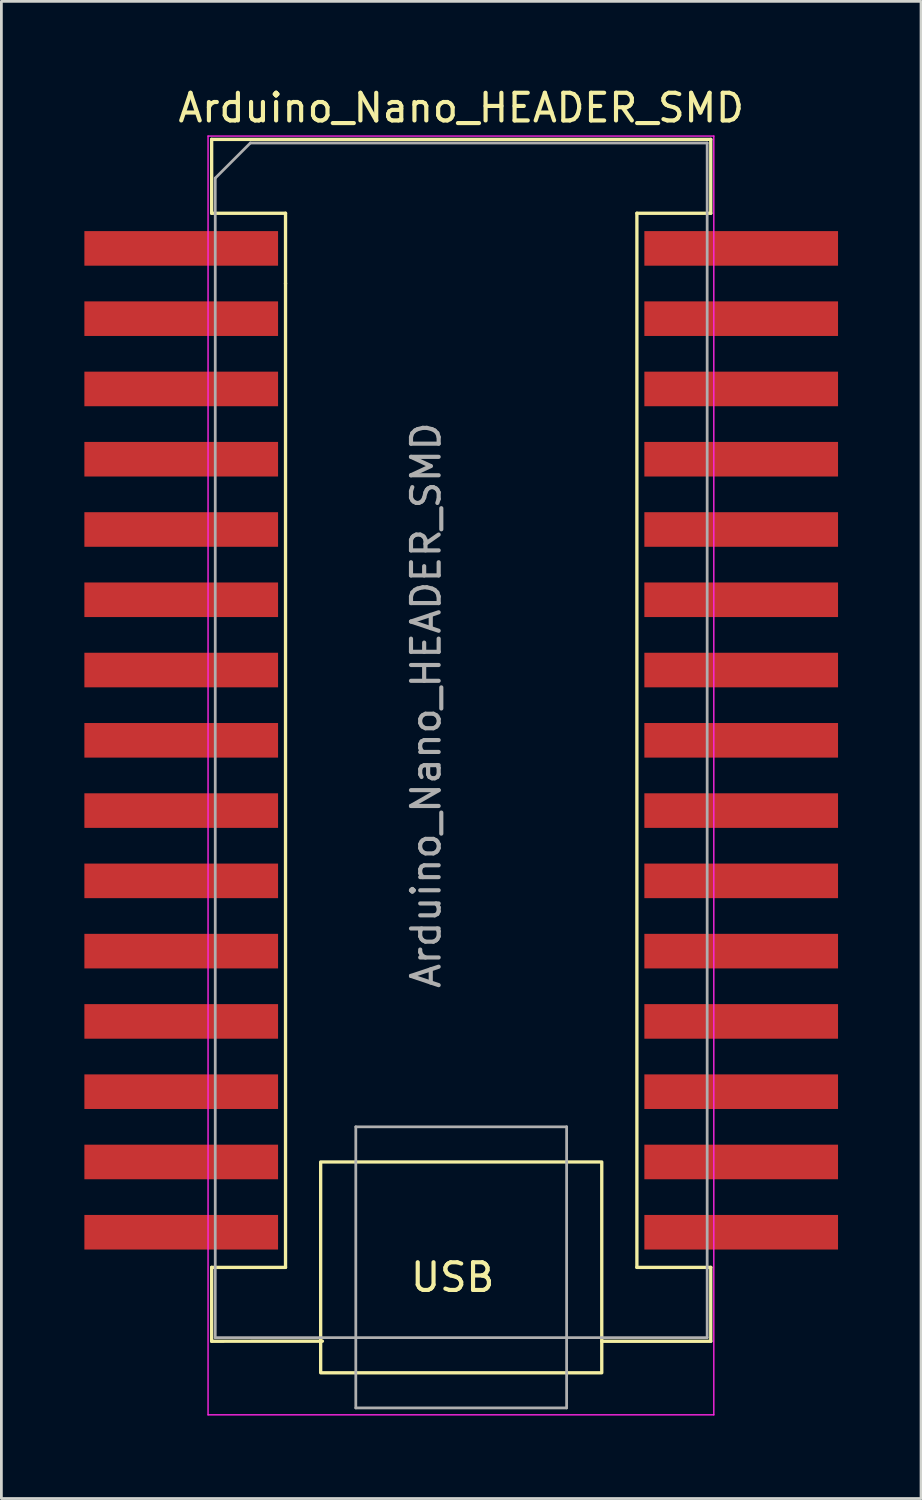
<source format=kicad_pcb>
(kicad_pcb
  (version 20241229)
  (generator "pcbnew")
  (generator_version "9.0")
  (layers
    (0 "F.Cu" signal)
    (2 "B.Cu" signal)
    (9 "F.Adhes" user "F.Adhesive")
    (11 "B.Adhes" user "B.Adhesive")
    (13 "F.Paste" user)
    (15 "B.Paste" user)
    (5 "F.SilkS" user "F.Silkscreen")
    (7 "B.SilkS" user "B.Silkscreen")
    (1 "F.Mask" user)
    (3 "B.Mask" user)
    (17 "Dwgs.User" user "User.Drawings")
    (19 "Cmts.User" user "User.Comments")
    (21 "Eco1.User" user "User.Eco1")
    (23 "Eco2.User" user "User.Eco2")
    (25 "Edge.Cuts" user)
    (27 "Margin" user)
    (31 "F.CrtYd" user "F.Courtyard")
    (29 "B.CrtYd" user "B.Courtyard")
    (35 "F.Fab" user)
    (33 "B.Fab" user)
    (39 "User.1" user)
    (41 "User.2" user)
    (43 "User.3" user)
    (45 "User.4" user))
  (footprint "Arduino_Nano_HEADER_SMD"
    (layer "F.Cu")
    (at 6 5.928)
    (property "Reference" "Arduino_Nano_HEADER_SMD" (at 7.62 -5.08 0) (layer "F.SilkS") (effects (font (size 1 1) (thickness 0.15))))
    (attr through_hole)
    (fp_line (start -1.4 -3.94) (end -1.4 -1.27) (stroke (width 0.12) (type solid)) (layer "F.SilkS"))
    (fp_line (start -1.4 36.83) (end -1.4 39.5) (stroke (width 0.12) (type solid)) (layer "F.SilkS"))
    (fp_line (start -1.4 39.5) (end 2.603 39.498) (stroke (width 0.12) (type solid)) (layer "F.SilkS"))
    (fp_line (start 1.27 -1.27) (end -1.4 -1.27) (stroke (width 0.12) (type solid)) (layer "F.SilkS"))
    (fp_line (start 1.27 1.27) (end 1.27 -1.27) (stroke (width 0.12) (type solid)) (layer "F.SilkS"))
    (fp_line (start 1.27 1.27) (end 1.27 36.83) (stroke (width 0.12) (type solid)) (layer "F.SilkS"))
    (fp_line (start 1.27 36.83) (end -1.4 36.83) (stroke (width 0.12) (type solid)) (layer "F.SilkS"))
    (fp_line (start 13.97 -1.27) (end 13.97 36.83) (stroke (width 0.12) (type solid)) (layer "F.SilkS"))
    (fp_line (start 13.97 -1.27) (end 16.64 -1.27) (stroke (width 0.12) (type solid)) (layer "F.SilkS"))
    (fp_line (start 13.97 36.83) (end 16.64 36.83) (stroke (width 0.12) (type solid)) (layer "F.SilkS"))
    (fp_line (start 16.64 -3.94) (end -1.4 -3.94) (stroke (width 0.12) (type solid)) (layer "F.SilkS"))
    (fp_line (start 16.64 -3.94) (end 16.64 -1.27) (stroke (width 0.12) (type solid)) (layer "F.SilkS"))
    (fp_line (start 16.64 36.83) (end 16.64 39.5) (stroke (width 0.12) (type solid)) (layer "F.SilkS"))
    (fp_line (start 16.64 39.5) (end 12.7 39.5) (stroke (width 0.12) (type solid)) (layer "F.SilkS"))
    (fp_rect (start 2.54 40.64) (end 12.7 33.02) (stroke (width 0.12) (type solid)) (fill no) (layer "F.SilkS"))
    (fp_line (start -1.53 -4.06) (end -1.53 42.16) (stroke (width 0.05) (type solid)) (layer "F.CrtYd"))
    (fp_line (start -1.53 -4.06) (end 16.75 -4.06) (stroke (width 0.05) (type solid)) (layer "F.CrtYd"))
    (fp_line (start 16.75 42.16) (end -1.53 42.16) (stroke (width 0.05) (type solid)) (layer "F.CrtYd"))
    (fp_line (start 16.75 42.16) (end 16.75 -4.06) (stroke (width 0.05) (type solid)) (layer "F.CrtYd"))
    (fp_line (start -1.27 -2.54) (end 0 -3.81) (stroke (width 0.1) (type solid)) (layer "F.Fab"))
    (fp_line (start -1.27 39.37) (end -1.27 -2.54) (stroke (width 0.1) (type solid)) (layer "F.Fab"))
    (fp_line (start 0 -3.81) (end 16.51 -3.81) (stroke (width 0.1) (type solid)) (layer "F.Fab"))
    (fp_line (start 3.81 31.75) (end 11.43 31.75) (stroke (width 0.1) (type solid)) (layer "F.Fab"))
    (fp_line (start 3.81 41.91) (end 3.81 31.75) (stroke (width 0.1) (type solid)) (layer "F.Fab"))
    (fp_line (start 11.43 31.75) (end 11.43 41.91) (stroke (width 0.1) (type solid)) (layer "F.Fab"))
    (fp_line (start 11.43 41.91) (end 3.81 41.91) (stroke (width 0.1) (type solid)) (layer "F.Fab"))
    (fp_line (start 16.51 -3.81) (end 16.51 39.37) (stroke (width 0.1) (type solid)) (layer "F.Fab"))
    (fp_line (start 16.51 39.37) (end -1.27 39.37) (stroke (width 0.1) (type solid)) (layer "F.Fab"))
    (fp_text user "USB" (at 7.31 37.19 0) (unlocked yes) (layer "F.SilkS") (effects (font (size 1 1) (thickness 0.15))))
    (fp_text user "${REFERENCE}" (at 6.35 16.51 90) (layer "F.Fab") (effects (font (size 1 1) (thickness 0.15))))
    (pad "1" smd rect (at 0 0 180) (size 7 1.25) (drill (offset 2.5 0)) (layers "F.Cu" "F.Mask" "F.Paste"))
    (pad "2" smd rect (at 0 2.54 180) (size 7 1.25) (drill (offset 2.5 0)) (layers "F.Cu" "F.Mask" "F.Paste"))
    (pad "3" smd rect (at 0 5.08 180) (size 7 1.25) (drill (offset 2.5 0)) (layers "F.Cu" "F.Mask" "F.Paste"))
    (pad "4" smd rect (at 0 7.62 180) (size 7 1.25) (drill (offset 2.5 0)) (layers "F.Cu" "F.Mask" "F.Paste"))
    (pad "5" smd rect (at 0 10.16 180) (size 7 1.25) (drill (offset 2.5 0)) (layers "F.Cu" "F.Mask" "F.Paste"))
    (pad "6" smd rect (at 0 12.7 180) (size 7 1.25) (drill (offset 2.5 0)) (layers "F.Cu" "F.Mask" "F.Paste"))
    (pad "7" smd rect (at 0 15.24 180) (size 7 1.25) (drill (offset 2.5 0)) (layers "F.Cu" "F.Mask" "F.Paste"))
    (pad "8" smd rect (at 0 17.78 180) (size 7 1.25) (drill (offset 2.5 0)) (layers "F.Cu" "F.Mask" "F.Paste"))
    (pad "9" smd rect (at 0 20.32 180) (size 7 1.25) (drill (offset 2.5 0)) (layers "F.Cu" "F.Mask" "F.Paste"))
    (pad "10" smd rect (at 0 22.86 180) (size 7 1.25) (drill (offset 2.5 0)) (layers "F.Cu" "F.Mask" "F.Paste"))
    (pad "11" smd rect (at 0 25.4 180) (size 7 1.25) (drill (offset 2.5 0)) (layers "F.Cu" "F.Mask" "F.Paste"))
    (pad "12" smd rect (at 0 27.94 180) (size 7 1.25) (drill (offset 2.5 0)) (layers "F.Cu" "F.Mask" "F.Paste"))
    (pad "13" smd rect (at 0 30.48 180) (size 7 1.25) (drill (offset 2.5 0)) (layers "F.Cu" "F.Mask" "F.Paste"))
    (pad "14" smd rect (at 0 33.02 180) (size 7 1.25) (drill (offset 2.5 0)) (layers "F.Cu" "F.Mask" "F.Paste"))
    (pad "15" smd rect (at 0 35.56 180) (size 7 1.25) (drill (offset 2.5 0)) (layers "F.Cu" "F.Mask" "F.Paste"))
    (pad "16" smd rect (at 15.24 35.56) (size 7 1.25) (drill (offset 2.5 0)) (layers "F.Cu" "F.Mask" "F.Paste"))
    (pad "17" smd rect (at 15.24 33.02) (size 7 1.25) (drill (offset 2.5 0)) (layers "F.Cu" "F.Mask" "F.Paste"))
    (pad "18" smd rect (at 15.24 30.48) (size 7 1.25) (drill (offset 2.5 0)) (layers "F.Cu" "F.Mask" "F.Paste"))
    (pad "19" smd rect (at 15.24 27.94) (size 7 1.25) (drill (offset 2.5 0)) (layers "F.Cu" "F.Mask" "F.Paste"))
    (pad "20" smd rect (at 15.24 25.4) (size 7 1.25) (drill (offset 2.5 0)) (layers "F.Cu" "F.Mask" "F.Paste"))
    (pad "21" smd rect (at 15.24 22.86) (size 7 1.25) (drill (offset 2.5 0)) (layers "F.Cu" "F.Mask" "F.Paste"))
    (pad "22" smd rect (at 15.24 20.32) (size 7 1.25) (drill (offset 2.5 0)) (layers "F.Cu" "F.Mask" "F.Paste"))
    (pad "23" smd rect (at 15.24 17.78) (size 7 1.25) (drill (offset 2.5 0)) (layers "F.Cu" "F.Mask" "F.Paste"))
    (pad "24" smd rect (at 15.24 15.24) (size 7 1.25) (drill (offset 2.5 0)) (layers "F.Cu" "F.Mask" "F.Paste"))
    (pad "25" smd rect (at 15.24 12.7) (size 7 1.25) (drill (offset 2.5 0)) (layers "F.Cu" "F.Mask" "F.Paste"))
    (pad "26" smd rect (at 15.24 10.16) (size 7 1.25) (drill (offset 2.5 0)) (layers "F.Cu" "F.Mask" "F.Paste"))
    (pad "27" smd rect (at 15.24 7.62) (size 7 1.25) (drill (offset 2.5 0)) (layers "F.Cu" "F.Mask" "F.Paste"))
    (pad "28" smd rect (at 15.24 5.08) (size 7 1.25) (drill (offset 2.5 0)) (layers "F.Cu" "F.Mask" "F.Paste"))
    (pad "29" smd rect (at 15.24 2.54) (size 7 1.25) (drill (offset 2.5 0)) (layers "F.Cu" "F.Mask" "F.Paste"))
    (pad "30" smd rect (at 15.24 0) (size 7 1.25) (drill (offset 2.5 0)) (layers "F.Cu" "F.Mask" "F.Paste")))
  (gr_rect
    (start -3 -3)
    (end 30.24 51.113)
    (stroke (width 0.1) (type default))
    (fill no)
    (layer "Edge.Cuts")))
</source>
